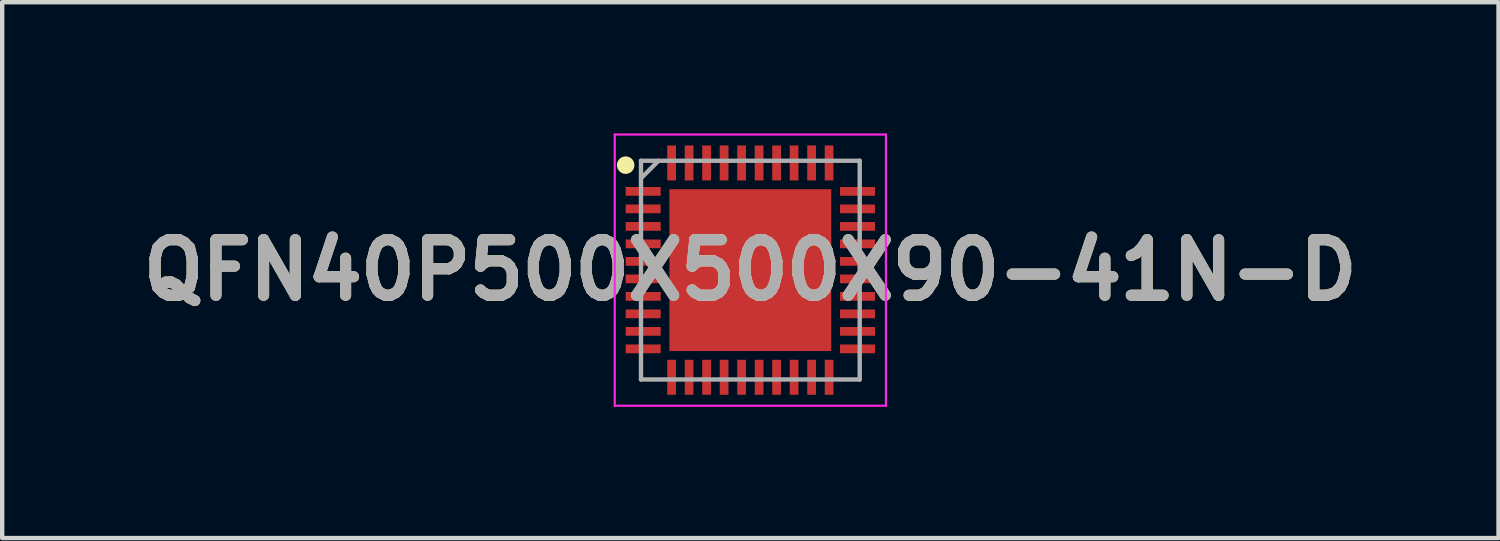
<source format=kicad_pcb>
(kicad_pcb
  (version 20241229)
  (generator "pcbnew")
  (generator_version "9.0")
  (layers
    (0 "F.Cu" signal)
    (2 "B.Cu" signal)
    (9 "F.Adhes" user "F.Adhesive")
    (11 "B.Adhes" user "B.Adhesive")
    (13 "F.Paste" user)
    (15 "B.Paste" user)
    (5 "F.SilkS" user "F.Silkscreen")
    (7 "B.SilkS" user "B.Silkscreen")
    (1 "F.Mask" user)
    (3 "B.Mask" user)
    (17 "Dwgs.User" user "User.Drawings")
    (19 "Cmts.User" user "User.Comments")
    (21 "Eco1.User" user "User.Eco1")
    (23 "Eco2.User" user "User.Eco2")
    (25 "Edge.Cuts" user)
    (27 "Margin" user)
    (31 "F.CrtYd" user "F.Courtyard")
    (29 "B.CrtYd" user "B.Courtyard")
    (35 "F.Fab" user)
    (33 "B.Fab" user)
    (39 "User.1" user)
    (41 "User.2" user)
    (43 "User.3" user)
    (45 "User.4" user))
  (footprint "QFN40P500X500X90-41N-D"
    (layer "F.Cu")
    (at 14.103 3.125)
    (property "Reference" "QFN40P500X500X90-41N-D" (at 0 0 0) (layer "F.SilkS") (effects (font (size 1.27 1.27) (thickness 0.254))))
    (attr smd)
    (fp_circle (center -2.85 -2.4) (end -2.85 -2.3) (stroke (width 0.2) (type solid)) (fill no) (layer "F.SilkS"))
    (fp_line (start -3.1 -3.1) (end 3.1 -3.1) (stroke (width 0.05) (type solid)) (layer "F.CrtYd"))
    (fp_line (start -3.1 3.1) (end -3.1 -3.1) (stroke (width 0.05) (type solid)) (layer "F.CrtYd"))
    (fp_line (start 3.1 -3.1) (end 3.1 3.1) (stroke (width 0.05) (type solid)) (layer "F.CrtYd"))
    (fp_line (start 3.1 3.1) (end -3.1 3.1) (stroke (width 0.05) (type solid)) (layer "F.CrtYd"))
    (fp_line (start -2.5 -2.5) (end 2.5 -2.5) (stroke (width 0.1) (type solid)) (layer "F.Fab"))
    (fp_line (start -2.5 -2.1) (end -2.1 -2.5) (stroke (width 0.1) (type solid)) (layer "F.Fab"))
    (fp_line (start -2.5 2.5) (end -2.5 -2.5) (stroke (width 0.1) (type solid)) (layer "F.Fab"))
    (fp_line (start 2.5 -2.5) (end 2.5 2.5) (stroke (width 0.1) (type solid)) (layer "F.Fab"))
    (fp_line (start 2.5 2.5) (end -2.5 2.5) (stroke (width 0.1) (type solid)) (layer "F.Fab"))
    (fp_text user "${REFERENCE}" (at 0 0 0) (layer "F.Fab") (effects (font (size 1.27 1.27) (thickness 0.254))))
    (pad "1" smd rect (at -2.45 -1.8 90) (size 0.2 0.8) (layers "F.Cu" "F.Mask" "F.Paste"))
    (pad "2" smd rect (at -2.45 -1.4 90) (size 0.2 0.8) (layers "F.Cu" "F.Mask" "F.Paste"))
    (pad "3" smd rect (at -2.45 -1 90) (size 0.2 0.8) (layers "F.Cu" "F.Mask" "F.Paste"))
    (pad "4" smd rect (at -2.45 -0.6 90) (size 0.2 0.8) (layers "F.Cu" "F.Mask" "F.Paste"))
    (pad "5" smd rect (at -2.45 -0.2 90) (size 0.2 0.8) (layers "F.Cu" "F.Mask" "F.Paste"))
    (pad "6" smd rect (at -2.45 0.2 90) (size 0.2 0.8) (layers "F.Cu" "F.Mask" "F.Paste"))
    (pad "7" smd rect (at -2.45 0.6 90) (size 0.2 0.8) (layers "F.Cu" "F.Mask" "F.Paste"))
    (pad "8" smd rect (at -2.45 1 90) (size 0.2 0.8) (layers "F.Cu" "F.Mask" "F.Paste"))
    (pad "9" smd rect (at -2.45 1.4 90) (size 0.2 0.8) (layers "F.Cu" "F.Mask" "F.Paste"))
    (pad "10" smd rect (at -2.45 1.8 90) (size 0.2 0.8) (layers "F.Cu" "F.Mask" "F.Paste"))
    (pad "11" smd rect (at -1.8 2.45) (size 0.2 0.8) (layers "F.Cu" "F.Mask" "F.Paste"))
    (pad "12" smd rect (at -1.4 2.45) (size 0.2 0.8) (layers "F.Cu" "F.Mask" "F.Paste"))
    (pad "13" smd rect (at -1 2.45) (size 0.2 0.8) (layers "F.Cu" "F.Mask" "F.Paste"))
    (pad "14" smd rect (at -0.6 2.45) (size 0.2 0.8) (layers "F.Cu" "F.Mask" "F.Paste"))
    (pad "15" smd rect (at -0.2 2.45) (size 0.2 0.8) (layers "F.Cu" "F.Mask" "F.Paste"))
    (pad "16" smd rect (at 0.2 2.45) (size 0.2 0.8) (layers "F.Cu" "F.Mask" "F.Paste"))
    (pad "17" smd rect (at 0.6 2.45) (size 0.2 0.8) (layers "F.Cu" "F.Mask" "F.Paste"))
    (pad "18" smd rect (at 1 2.45) (size 0.2 0.8) (layers "F.Cu" "F.Mask" "F.Paste"))
    (pad "19" smd rect (at 1.4 2.45) (size 0.2 0.8) (layers "F.Cu" "F.Mask" "F.Paste"))
    (pad "20" smd rect (at 1.8 2.45) (size 0.2 0.8) (layers "F.Cu" "F.Mask" "F.Paste"))
    (pad "21" smd rect (at 2.45 1.8 90) (size 0.2 0.8) (layers "F.Cu" "F.Mask" "F.Paste"))
    (pad "22" smd rect (at 2.45 1.4 90) (size 0.2 0.8) (layers "F.Cu" "F.Mask" "F.Paste"))
    (pad "23" smd rect (at 2.45 1 90) (size 0.2 0.8) (layers "F.Cu" "F.Mask" "F.Paste"))
    (pad "24" smd rect (at 2.45 0.6 90) (size 0.2 0.8) (layers "F.Cu" "F.Mask" "F.Paste"))
    (pad "25" smd rect (at 2.45 0.2 90) (size 0.2 0.8) (layers "F.Cu" "F.Mask" "F.Paste"))
    (pad "26" smd rect (at 2.45 -0.2 90) (size 0.2 0.8) (layers "F.Cu" "F.Mask" "F.Paste"))
    (pad "27" smd rect (at 2.45 -0.6 90) (size 0.2 0.8) (layers "F.Cu" "F.Mask" "F.Paste"))
    (pad "28" smd rect (at 2.45 -1 90) (size 0.2 0.8) (layers "F.Cu" "F.Mask" "F.Paste"))
    (pad "29" smd rect (at 2.45 -1.4 90) (size 0.2 0.8) (layers "F.Cu" "F.Mask" "F.Paste"))
    (pad "30" smd rect (at 2.45 -1.8 90) (size 0.2 0.8) (layers "F.Cu" "F.Mask" "F.Paste"))
    (pad "31" smd rect (at 1.8 -2.45) (size 0.2 0.8) (layers "F.Cu" "F.Mask" "F.Paste"))
    (pad "32" smd rect (at 1.4 -2.45) (size 0.2 0.8) (layers "F.Cu" "F.Mask" "F.Paste"))
    (pad "33" smd rect (at 1 -2.45) (size 0.2 0.8) (layers "F.Cu" "F.Mask" "F.Paste"))
    (pad "34" smd rect (at 0.6 -2.45) (size 0.2 0.8) (layers "F.Cu" "F.Mask" "F.Paste"))
    (pad "35" smd rect (at 0.2 -2.45) (size 0.2 0.8) (layers "F.Cu" "F.Mask" "F.Paste"))
    (pad "36" smd rect (at -0.2 -2.45) (size 0.2 0.8) (layers "F.Cu" "F.Mask" "F.Paste"))
    (pad "37" smd rect (at -0.6 -2.45) (size 0.2 0.8) (layers "F.Cu" "F.Mask" "F.Paste"))
    (pad "38" smd rect (at -1 -2.45) (size 0.2 0.8) (layers "F.Cu" "F.Mask" "F.Paste"))
    (pad "39" smd rect (at -1.4 -2.45) (size 0.2 0.8) (layers "F.Cu" "F.Mask" "F.Paste"))
    (pad "40" smd rect (at -1.8 -2.45) (size 0.2 0.8) (layers "F.Cu" "F.Mask" "F.Paste"))
    (pad "41" smd rect (at 0 0) (size 3.7 3.7) (layers "F.Cu" "F.Mask" "F.Paste")))
  (gr_rect
    (start -3 -3)
    (end 31.206 9.25)
    (stroke (width 0.1) (type default))
    (fill no)
    (layer "Edge.Cuts")))
</source>
